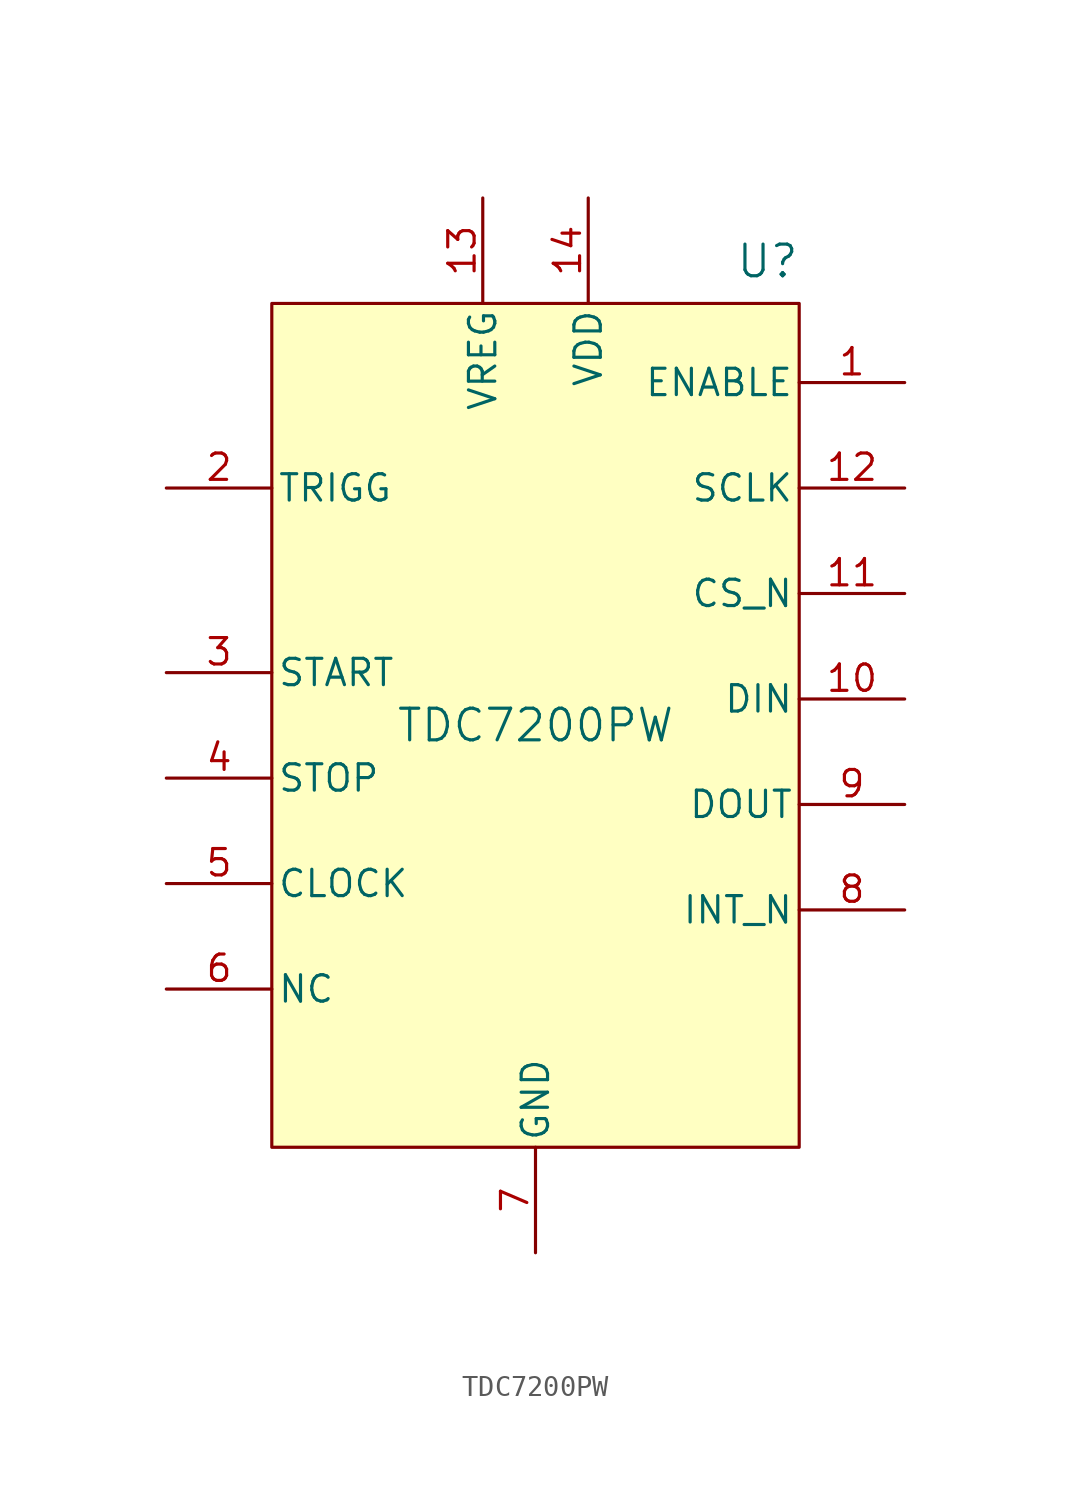
<source format=kicad_sym>
(kicad_symbol_lib
  (version 20231120)
  (generator "kicad_symbol_editor")
  (generator_version "8.0")
  (symbol "TDC7200PW"
    (pin_names
      (offset 0.254))
    (property "Reference" "U"
      (at 11.176 22.352 0)
      (effects (font (size 1.524 1.524))))
    (property "Value" "TDC7200PW"
      (at 0 0 0)
      (effects (font (size 1.524 1.524))))
    (property "ki_locked" ""
      (at 0 0 0)
      (effects (font (size 1.27 1.27))))
    (symbol "TDC7200PW_0_1"
      (pin input line (at 17.78 16.51 180) (length 5.08) (name "ENABLE" (effects (font (size 1.27 1.27)))) (number "1" (effects (font (size 1.27 1.27)))))
      (pin input line (at 17.78 1.27 180) (length 5.08) (name "DIN" (effects (font (size 1.27 1.27)))) (number "10" (effects (font (size 1.27 1.27)))))
      (pin input line (at 17.78 6.35 180) (length 5.08) (name "CS_N" (effects (font (size 1.27 1.27)))) (number "11" (effects (font (size 1.27 1.27)))))
      (pin input line (at 17.78 11.43 180) (length 5.08) (name "SCLK" (effects (font (size 1.27 1.27)))) (number "12" (effects (font (size 1.27 1.27)))))
      (pin power_in line (at -2.54 25.4 270) (length 5.08) (name "VREG" (effects (font (size 1.27 1.27)))) (number "13" (effects (font (size 1.27 1.27)))))
      (pin power_in line (at 2.54 25.4 270) (length 5.08) (name "VDD" (effects (font (size 1.27 1.27)))) (number "14" (effects (font (size 1.27 1.27)))))
      (pin output line (at -17.78 11.43 0) (length 5.08) (name "TRIGG" (effects (font (size 1.27 1.27)))) (number "2" (effects (font (size 1.27 1.27)))))
      (pin input line (at -17.78 2.54 0) (length 5.08) (name "START" (effects (font (size 1.27 1.27)))) (number "3" (effects (font (size 1.27 1.27)))))
      (pin input line (at -17.78 -2.54 0) (length 5.08) (name "STOP" (effects (font (size 1.27 1.27)))) (number "4" (effects (font (size 1.27 1.27)))))
      (pin input line (at -17.78 -7.62 0) (length 5.08) (name "CLOCK" (effects (font (size 1.27 1.27)))) (number "5" (effects (font (size 1.27 1.27)))))
      (pin unspecified line (at -17.78 -12.7 0) (length 5.08) (name "NC" (effects (font (size 1.27 1.27)))) (number "6" (effects (font (size 1.27 1.27)))))
      (pin power_in line (at 0 -25.4 90) (length 5.08) (name "GND" (effects (font (size 1.27 1.27)))) (number "7" (effects (font (size 1.27 1.27)))))
      (pin output line (at 17.78 -8.89 180) (length 5.08) (name "INT_N" (effects (font (size 1.27 1.27)))) (number "8" (effects (font (size 1.27 1.27)))))
      (pin output line (at 17.78 -3.81 180) (length 5.08) (name "DOUT" (effects (font (size 1.27 1.27)))) (number "9" (effects (font (size 1.27 1.27))))))
    (symbol "TDC7200PW_1_1"
      (rectangle (start -12.7 20.32) (end 12.7 -20.32) (stroke (width 0) (type default)) (fill (type background))))))
</source>
